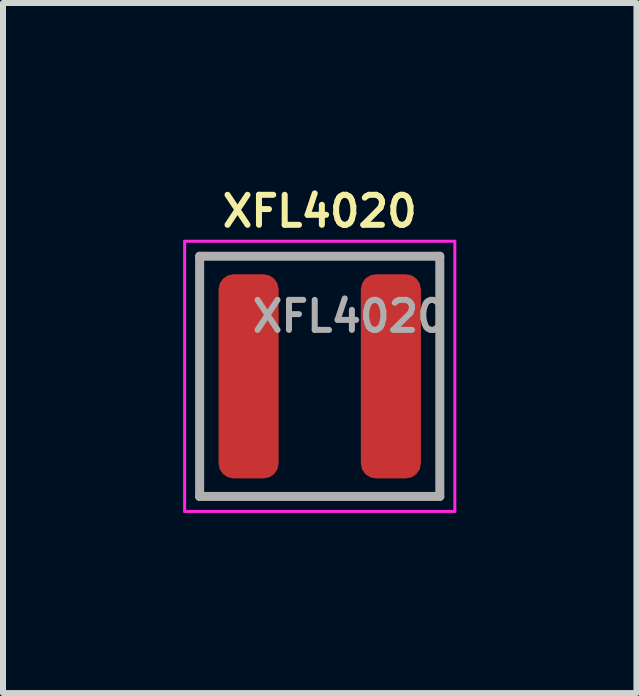
<source format=kicad_pcb>
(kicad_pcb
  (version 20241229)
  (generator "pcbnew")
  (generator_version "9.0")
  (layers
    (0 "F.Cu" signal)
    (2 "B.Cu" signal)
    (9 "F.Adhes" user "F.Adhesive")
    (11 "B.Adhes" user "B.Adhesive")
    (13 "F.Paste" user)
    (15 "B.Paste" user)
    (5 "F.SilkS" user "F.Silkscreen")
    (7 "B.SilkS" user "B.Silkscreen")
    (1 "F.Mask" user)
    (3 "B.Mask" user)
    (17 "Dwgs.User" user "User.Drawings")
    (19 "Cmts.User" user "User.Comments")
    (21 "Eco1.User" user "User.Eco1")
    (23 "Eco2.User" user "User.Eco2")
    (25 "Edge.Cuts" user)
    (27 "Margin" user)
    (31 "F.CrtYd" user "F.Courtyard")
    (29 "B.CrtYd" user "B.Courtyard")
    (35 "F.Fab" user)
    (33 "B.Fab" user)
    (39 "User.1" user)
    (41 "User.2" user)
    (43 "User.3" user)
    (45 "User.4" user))
  (footprint "XFL4020"
    (layer "F.Cu")
    (at 2.275 3.218)
    (property "Reference" "XFL4020" (at 0 -2.75 0) (layer "F.SilkS") (effects (font (size 0.5 0.5) (thickness 0.1))))
    (attr smd)
    (fp_line (start -2.25 2.25) (end -2.25 -2.25) (stroke (width 0.05) (type solid)) (layer "F.CrtYd"))
    (fp_line (start -2.25 2.25) (end 2.25 2.25) (stroke (width 0.05) (type solid)) (layer "F.CrtYd"))
    (fp_line (start 2.25 -2.25) (end -2.25 -2.25) (stroke (width 0.05) (type solid)) (layer "F.CrtYd"))
    (fp_line (start 2.25 -2.25) (end 2.25 2.25) (stroke (width 0.05) (type solid)) (layer "F.CrtYd"))
    (fp_line (start -2 -2) (end 2 -2) (stroke (width 0.15) (type solid)) (layer "F.Fab"))
    (fp_line (start -2 2) (end -2 -2) (stroke (width 0.15) (type solid)) (layer "F.Fab"))
    (fp_line (start 2 -2) (end 2 2) (stroke (width 0.15) (type solid)) (layer "F.Fab"))
    (fp_line (start 2 2) (end -2 2) (stroke (width 0.15) (type solid)) (layer "F.Fab"))
    (fp_text user "${REFERENCE}" (at 0.5 -1 0) (layer "F.Fab") (effects (font (size 0.5 0.5) (thickness 0.1))))
    (pad "1" smd roundrect (at -1.185 0) (size 1 3.4) (layers "F.Cu" "F.Mask" "F.Paste") (roundrect_rratio 0.25))
    (pad "2" smd roundrect (at 1.185 0) (size 1 3.4) (layers "F.Cu" "F.Mask" "F.Paste") (roundrect_rratio 0.25)))
  (gr_rect
    (start -3 -3)
    (end 7.55 8.493)
    (stroke (width 0.1) (type default))
    (fill no)
    (layer "Edge.Cuts")))
</source>
